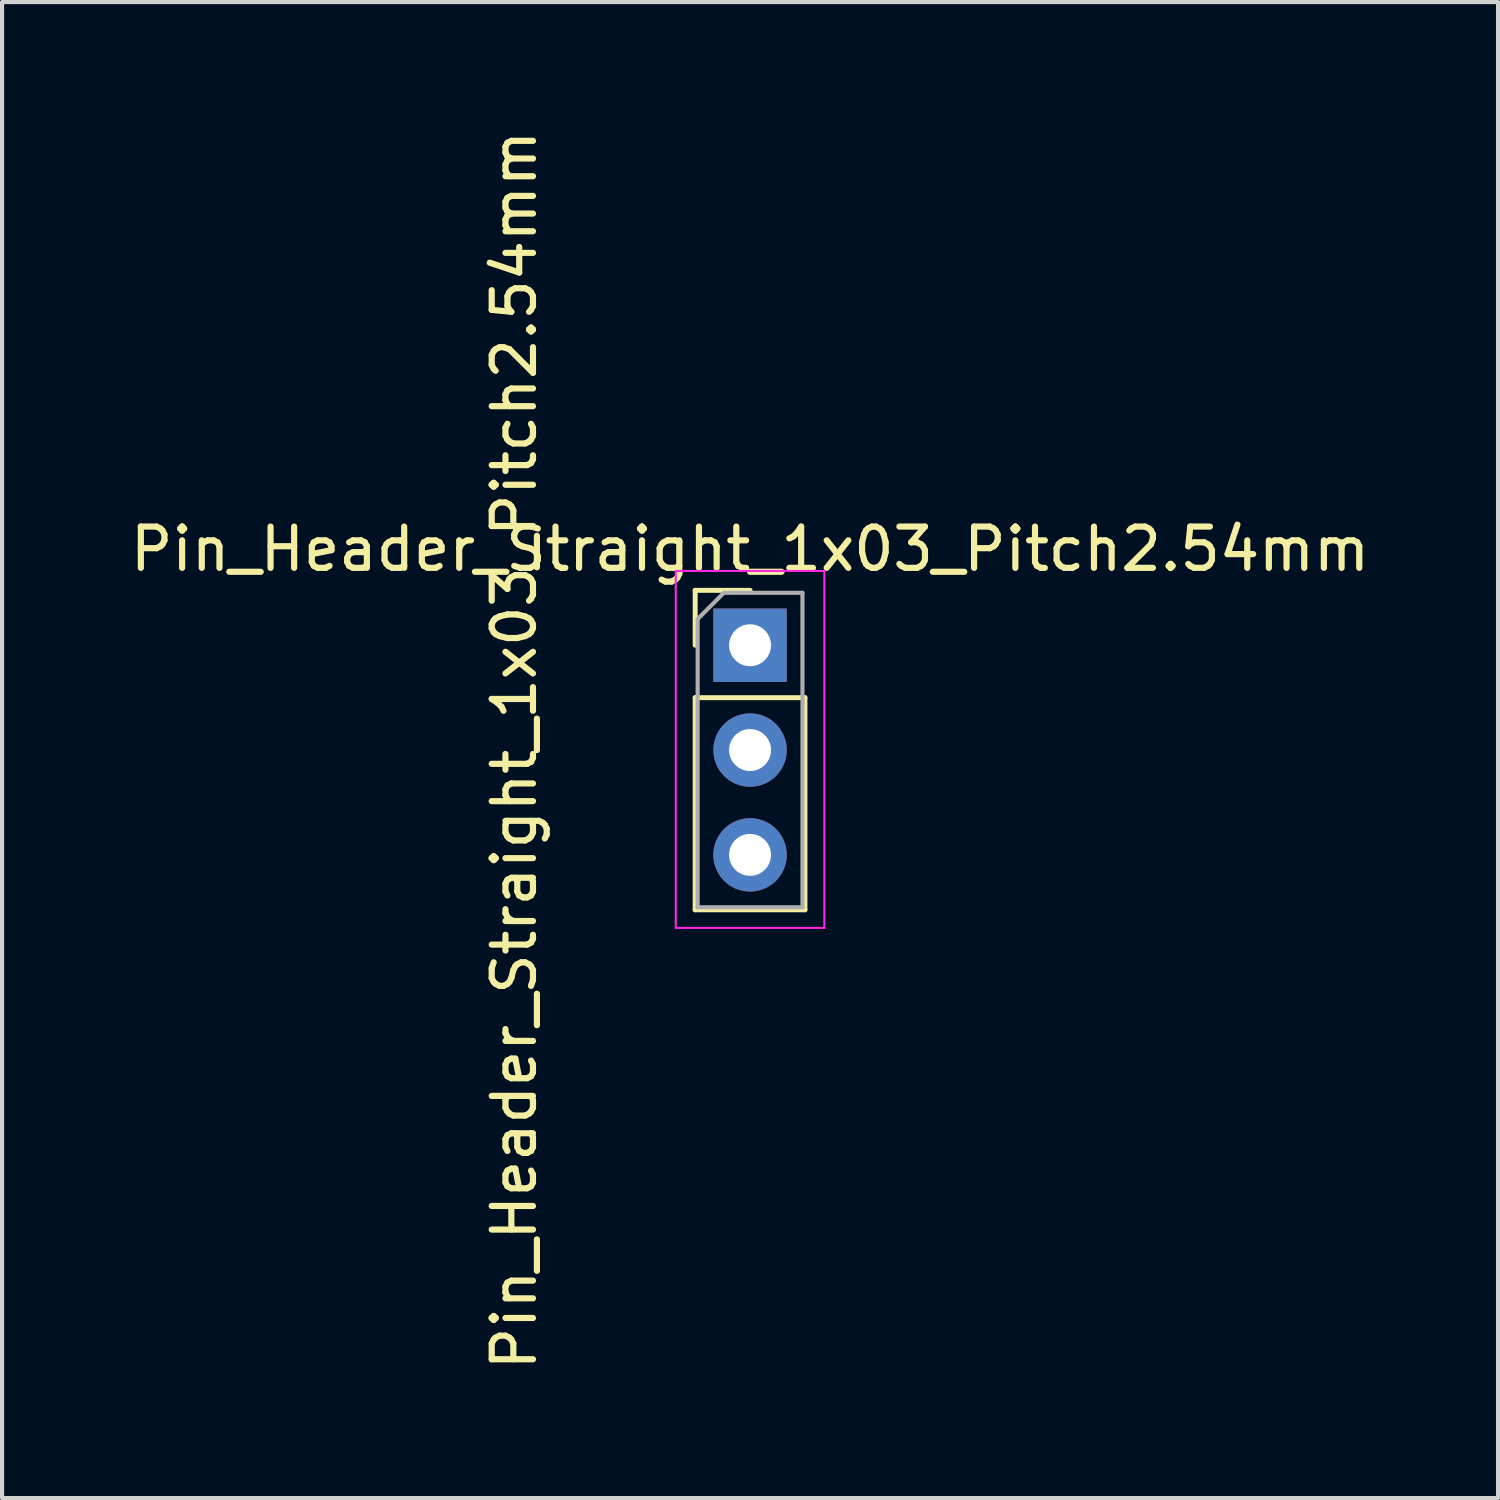
<source format=kicad_pcb>
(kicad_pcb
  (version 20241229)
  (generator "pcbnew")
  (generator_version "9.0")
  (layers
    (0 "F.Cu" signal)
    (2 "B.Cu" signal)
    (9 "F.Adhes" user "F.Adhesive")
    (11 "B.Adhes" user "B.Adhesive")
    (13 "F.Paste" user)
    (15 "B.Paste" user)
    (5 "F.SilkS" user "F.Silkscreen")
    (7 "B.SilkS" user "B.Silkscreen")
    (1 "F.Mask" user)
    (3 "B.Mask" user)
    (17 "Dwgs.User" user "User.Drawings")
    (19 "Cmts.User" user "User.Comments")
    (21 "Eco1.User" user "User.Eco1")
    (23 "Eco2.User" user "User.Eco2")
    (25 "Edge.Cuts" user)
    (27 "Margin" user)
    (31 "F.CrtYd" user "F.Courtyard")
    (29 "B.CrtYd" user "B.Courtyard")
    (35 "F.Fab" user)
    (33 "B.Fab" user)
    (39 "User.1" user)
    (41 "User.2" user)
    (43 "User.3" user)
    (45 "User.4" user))
  (footprint "Pin_Header_Straight_1x03_Pitch2.54mm"
    (layer "F.Cu")
    (at 15.125 12.585)
    (property "Reference" "Pin_Header_Straight_1x03_Pitch2.54mm" (at 0 -2.33 0) (layer "F.SilkS") (effects (font (size 1 1) (thickness 0.15))))
    (attr through_hole)
    (fp_line (start -1.33 -1.33) (end 0 -1.33) (stroke (width 0.12) (type solid)) (layer "F.SilkS"))
    (fp_line (start -1.33 0) (end -1.33 -1.33) (stroke (width 0.12) (type solid)) (layer "F.SilkS"))
    (fp_line (start -1.33 1.27) (end -1.33 6.41) (stroke (width 0.12) (type solid)) (layer "F.SilkS"))
    (fp_line (start -1.33 1.27) (end 1.33 1.27) (stroke (width 0.12) (type solid)) (layer "F.SilkS"))
    (fp_line (start -1.33 6.41) (end 1.33 6.41) (stroke (width 0.12) (type solid)) (layer "F.SilkS"))
    (fp_line (start 1.33 1.27) (end 1.33 6.41) (stroke (width 0.12) (type solid)) (layer "F.SilkS"))
    (fp_line (start -1.8 -1.8) (end -1.8 6.85) (stroke (width 0.05) (type solid)) (layer "F.CrtYd"))
    (fp_line (start -1.8 6.85) (end 1.8 6.85) (stroke (width 0.05) (type solid)) (layer "F.CrtYd"))
    (fp_line (start 1.8 -1.8) (end -1.8 -1.8) (stroke (width 0.05) (type solid)) (layer "F.CrtYd"))
    (fp_line (start 1.8 6.85) (end 1.8 -1.8) (stroke (width 0.05) (type solid)) (layer "F.CrtYd"))
    (fp_line (start -1.27 -0.635) (end -0.635 -1.27) (stroke (width 0.1) (type solid)) (layer "F.Fab"))
    (fp_line (start -1.27 6.35) (end -1.27 -0.635) (stroke (width 0.1) (type solid)) (layer "F.Fab"))
    (fp_line (start -0.635 -1.27) (end 1.27 -1.27) (stroke (width 0.1) (type solid)) (layer "F.Fab"))
    (fp_line (start 1.27 -1.27) (end 1.27 6.35) (stroke (width 0.1) (type solid)) (layer "F.Fab"))
    (fp_line (start 1.27 6.35) (end -1.27 6.35) (stroke (width 0.1) (type solid)) (layer "F.Fab"))
    (fp_text user "${REFERENCE}" (at -5.715 2.54 90) (layer "F.SilkS") (effects (font (size 1 1) (thickness 0.15))))
    (pad "1" thru_hole rect (at 0 0) (size 1.778 1.778) (drill 1.016) (layers "*.Cu" "*.Mask"))
    (pad "2" thru_hole oval (at 0 2.54) (size 1.778 1.778) (drill 1.016) (layers "*.Cu" "*.Mask"))
    (pad "3" thru_hole oval (at 0 5.08) (size 1.778 1.778) (drill 1.016) (layers "*.Cu" "*.Mask")))
  (gr_rect
    (start -3 -3)
    (end 33.25 33.25)
    (stroke (width 0.1) (type default))
    (fill no)
    (layer "Edge.Cuts")))
</source>
